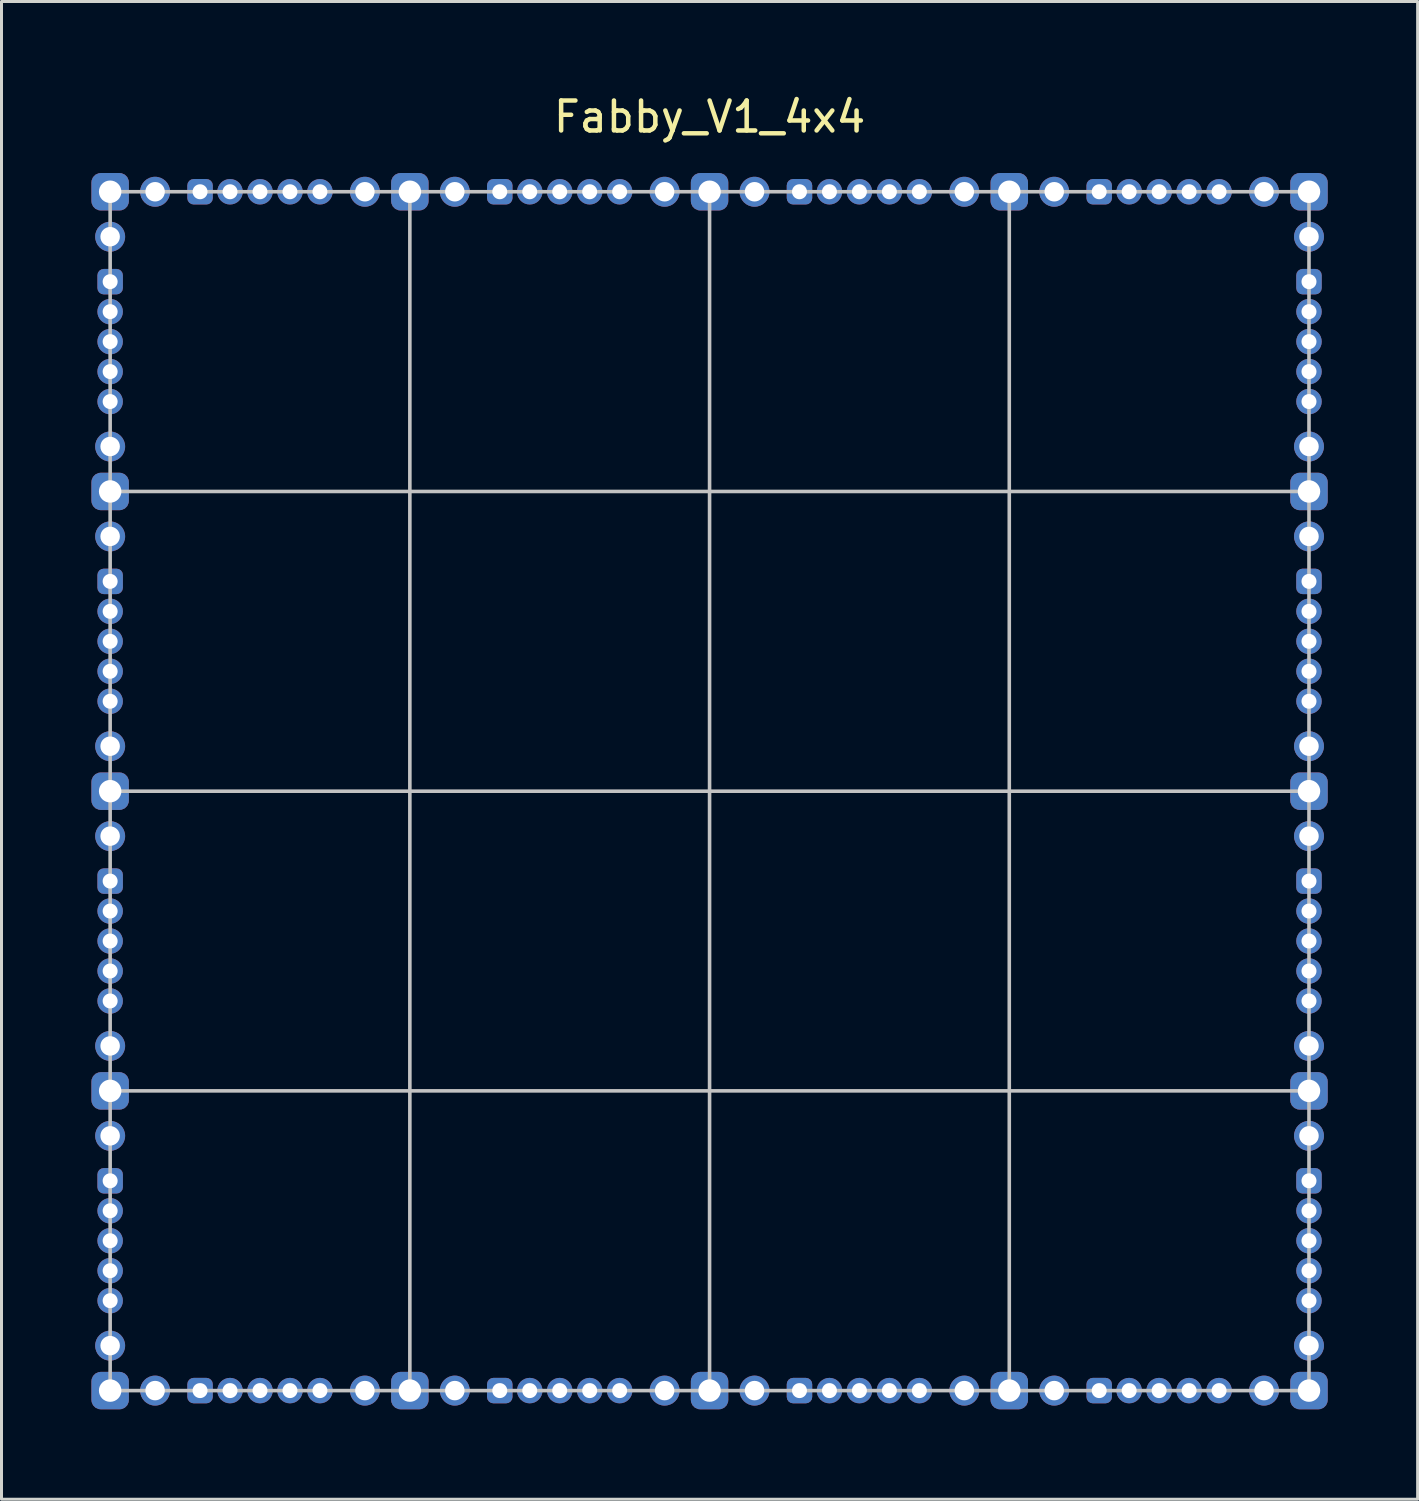
<source format=kicad_pcb>
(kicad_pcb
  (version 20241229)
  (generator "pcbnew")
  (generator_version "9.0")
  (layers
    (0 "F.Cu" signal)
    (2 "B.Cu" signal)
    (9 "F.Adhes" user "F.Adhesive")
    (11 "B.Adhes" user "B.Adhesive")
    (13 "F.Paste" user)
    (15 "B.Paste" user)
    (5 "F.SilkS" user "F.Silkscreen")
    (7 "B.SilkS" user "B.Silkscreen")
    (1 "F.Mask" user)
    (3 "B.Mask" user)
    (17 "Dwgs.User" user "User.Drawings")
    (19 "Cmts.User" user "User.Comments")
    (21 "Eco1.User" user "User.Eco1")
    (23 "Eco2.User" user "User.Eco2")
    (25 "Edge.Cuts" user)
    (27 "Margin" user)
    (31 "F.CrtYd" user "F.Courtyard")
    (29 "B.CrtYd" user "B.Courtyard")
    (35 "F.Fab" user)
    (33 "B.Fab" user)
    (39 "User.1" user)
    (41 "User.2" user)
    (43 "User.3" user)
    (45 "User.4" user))
  (footprint "Fabby_V1_4x4"
    (layer "F.Cu")
    (at 20.625 23.348)
    (property "Reference" "Fabby_V1_4x4" (at 0 -22.5 0) (layer "F.SilkS") (effects (font (size 1 1) (thickness 0.15))))
    (attr through_hole)
    (fp_line (start -20 -20) (end 20 -20) (stroke (width 0.12) (type solid)) (layer "Dwgs.User"))
    (fp_line (start -20 -10) (end 20 -10) (stroke (width 0.12) (type solid)) (layer "Dwgs.User"))
    (fp_line (start -20 0) (end 20 0) (stroke (width 0.12) (type solid)) (layer "Dwgs.User"))
    (fp_line (start -20 10) (end 20 10) (stroke (width 0.12) (type solid)) (layer "Dwgs.User"))
    (fp_line (start -20 20) (end -20 -20) (stroke (width 0.12) (type solid)) (layer "Dwgs.User"))
    (fp_line (start -10 20) (end -10 -20) (stroke (width 0.12) (type solid)) (layer "Dwgs.User"))
    (fp_line (start 0 -20) (end 0 20) (stroke (width 0.12) (type solid)) (layer "Dwgs.User"))
    (fp_line (start 10 20) (end 10 -20) (stroke (width 0.12) (type solid)) (layer "Dwgs.User"))
    (fp_line (start 20 -20) (end 20 20) (stroke (width 0.12) (type solid)) (layer "Dwgs.User"))
    (fp_line (start 20 20) (end -20 20) (stroke (width 0.12) (type solid)) (layer "Dwgs.User"))
    (pad "1" thru_hole roundrect (at -20 -20) (size 1.25 1.25) (drill 0.75) (layers "*.Cu" "*.Mask") (roundrect_rratio 0.25))
    (pad "2" thru_hole circle (at -18.5 -20) (size 1 1) (drill 0.65) (layers "*.Cu" "*.Mask"))
    (pad "3" thru_hole circle (at -11.5 -20 270) (size 1 1) (drill 0.65) (layers "*.Cu" "*.Mask"))
    (pad "4" thru_hole roundrect (at -10 -20) (size 1.25 1.25) (drill 0.75) (layers "*.Cu" "*.Mask") (roundrect_rratio 0.25))
    (pad "5" thru_hole circle (at -8.5 -20) (size 1 1) (drill 0.65) (layers "*.Cu" "*.Mask"))
    (pad "6" thru_hole circle (at -1.5 -20 270) (size 1 1) (drill 0.65) (layers "*.Cu" "*.Mask"))
    (pad "7" thru_hole roundrect (at 0 -20) (size 1.25 1.25) (drill 0.75) (layers "*.Cu" "*.Mask") (roundrect_rratio 0.25))
    (pad "8" thru_hole circle (at 1.5 -20) (size 1 1) (drill 0.65) (layers "*.Cu" "*.Mask"))
    (pad "9" thru_hole circle (at 8.5 -20 270) (size 1 1) (drill 0.65) (layers "*.Cu" "*.Mask"))
    (pad "10" thru_hole roundrect (at 10 -20) (size 1.25 1.25) (drill 0.75) (layers "*.Cu" "*.Mask") (roundrect_rratio 0.25))
    (pad "11" thru_hole circle (at 11.5 -20) (size 1 1) (drill 0.65) (layers "*.Cu" "*.Mask"))
    (pad "12" thru_hole circle (at 18.5 -20 270) (size 1 1) (drill 0.65) (layers "*.Cu" "*.Mask"))
    (pad "13" thru_hole roundrect (at 20 -20) (size 1.25 1.25) (drill 0.75) (layers "*.Cu" "*.Mask") (roundrect_rratio 0.25))
    (pad "14" thru_hole circle (at 20 -18.5 270) (size 1 1) (drill 0.65) (layers "*.Cu" "*.Mask"))
    (pad "15" thru_hole circle (at 20 -11.5 180) (size 1 1) (drill 0.65) (layers "*.Cu" "*.Mask"))
    (pad "16" thru_hole roundrect (at 20 -10) (size 1.25 1.25) (drill 0.75) (layers "*.Cu" "*.Mask") (roundrect_rratio 0.25))
    (pad "17" thru_hole circle (at 20 -8.5 270) (size 1 1) (drill 0.65) (layers "*.Cu" "*.Mask"))
    (pad "18" thru_hole circle (at 20 -1.5 180) (size 1 1) (drill 0.65) (layers "*.Cu" "*.Mask"))
    (pad "19" thru_hole roundrect (at 20 0) (size 1.25 1.25) (drill 0.75) (layers "*.Cu" "*.Mask") (roundrect_rratio 0.25))
    (pad "20" thru_hole circle (at 20 1.5 270) (size 1 1) (drill 0.65) (layers "*.Cu" "*.Mask"))
    (pad "21" thru_hole circle (at 20 8.5 180) (size 1 1) (drill 0.65) (layers "*.Cu" "*.Mask"))
    (pad "22" thru_hole roundrect (at 20 10) (size 1.25 1.25) (drill 0.75) (layers "*.Cu" "*.Mask") (roundrect_rratio 0.25))
    (pad "23" thru_hole circle (at 20 11.5 270) (size 1 1) (drill 0.65) (layers "*.Cu" "*.Mask"))
    (pad "24" thru_hole circle (at 20 18.5 180) (size 1 1) (drill 0.65) (layers "*.Cu" "*.Mask"))
    (pad "25" thru_hole roundrect (at 20 20) (size 1.25 1.25) (drill 0.75) (layers "*.Cu" "*.Mask") (roundrect_rratio 0.25))
    (pad "26" thru_hole circle (at 18.5 20 180) (size 1 1) (drill 0.65) (layers "*.Cu" "*.Mask"))
    (pad "27" thru_hole circle (at 11.5 20 90) (size 1 1) (drill 0.65) (layers "*.Cu" "*.Mask"))
    (pad "28" thru_hole roundrect (at 10 20) (size 1.25 1.25) (drill 0.75) (layers "*.Cu" "*.Mask") (roundrect_rratio 0.25))
    (pad "29" thru_hole circle (at 8.5 20 180) (size 1 1) (drill 0.65) (layers "*.Cu" "*.Mask"))
    (pad "30" thru_hole circle (at 1.5 20 90) (size 1 1) (drill 0.65) (layers "*.Cu" "*.Mask"))
    (pad "31" thru_hole roundrect (at 0 20) (size 1.25 1.25) (drill 0.75) (layers "*.Cu" "*.Mask") (roundrect_rratio 0.25))
    (pad "32" thru_hole circle (at -1.5 20 180) (size 1 1) (drill 0.65) (layers "*.Cu" "*.Mask"))
    (pad "33" thru_hole circle (at -8.5 20 90) (size 1 1) (drill 0.65) (layers "*.Cu" "*.Mask"))
    (pad "34" thru_hole roundrect (at -10 20) (size 1.25 1.25) (drill 0.75) (layers "*.Cu" "*.Mask") (roundrect_rratio 0.25))
    (pad "35" thru_hole circle (at -11.5 20 180) (size 1 1) (drill 0.65) (layers "*.Cu" "*.Mask"))
    (pad "36" thru_hole circle (at -18.5 20 90) (size 1 1) (drill 0.65) (layers "*.Cu" "*.Mask"))
    (pad "37" thru_hole roundrect (at -20 20) (size 1.25 1.25) (drill 0.75) (layers "*.Cu" "*.Mask") (roundrect_rratio 0.25))
    (pad "38" thru_hole circle (at -20 18.5 90) (size 1 1) (drill 0.65) (layers "*.Cu" "*.Mask"))
    (pad "39" thru_hole circle (at -20 11.5) (size 1 1) (drill 0.65) (layers "*.Cu" "*.Mask"))
    (pad "40" thru_hole roundrect (at -20 10) (size 1.25 1.25) (drill 0.75) (layers "*.Cu" "*.Mask") (roundrect_rratio 0.25))
    (pad "41" thru_hole circle (at -20 8.5 90) (size 1 1) (drill 0.65) (layers "*.Cu" "*.Mask"))
    (pad "42" thru_hole circle (at -20 1.5) (size 1 1) (drill 0.65) (layers "*.Cu" "*.Mask"))
    (pad "43" thru_hole roundrect (at -20 0) (size 1.25 1.25) (drill 0.75) (layers "*.Cu" "*.Mask") (roundrect_rratio 0.25))
    (pad "44" thru_hole circle (at -20 -1.5 90) (size 1 1) (drill 0.65) (layers "*.Cu" "*.Mask"))
    (pad "45" thru_hole circle (at -20 -8.5) (size 1 1) (drill 0.65) (layers "*.Cu" "*.Mask"))
    (pad "46" thru_hole roundrect (at -20 -10) (size 1.25 1.25) (drill 0.75) (layers "*.Cu" "*.Mask") (roundrect_rratio 0.25))
    (pad "47" thru_hole circle (at -20 -11.5 90) (size 1 1) (drill 0.65) (layers "*.Cu" "*.Mask"))
    (pad "48" thru_hole circle (at -20 -18.5) (size 1 1) (drill 0.65) (layers "*.Cu" "*.Mask"))
    (pad "49" thru_hole roundrect (at -17 -20 90) (size 0.85 0.85) (drill 0.5) (layers "*.Cu" "*.Mask") (roundrect_rratio 0.25))
    (pad "50" thru_hole circle (at -16 -20 90) (size 0.85 0.85) (drill 0.5) (layers "*.Cu" "*.Mask"))
    (pad "51" thru_hole circle (at -15 -20 90) (size 0.85 0.85) (drill 0.5) (layers "*.Cu" "*.Mask"))
    (pad "52" thru_hole circle (at -14 -20 90) (size 0.85 0.85) (drill 0.5) (layers "*.Cu" "*.Mask"))
    (pad "53" thru_hole circle (at -13 -20 90) (size 0.85 0.85) (drill 0.5) (layers "*.Cu" "*.Mask"))
    (pad "54" thru_hole roundrect (at -7 -20 90) (size 0.85 0.85) (drill 0.5) (layers "*.Cu" "*.Mask") (roundrect_rratio 0.25))
    (pad "55" thru_hole circle (at -6 -20 90) (size 0.85 0.85) (drill 0.5) (layers "*.Cu" "*.Mask"))
    (pad "56" thru_hole circle (at -5 -20 90) (size 0.85 0.85) (drill 0.5) (layers "*.Cu" "*.Mask"))
    (pad "57" thru_hole circle (at -4 -20 90) (size 0.85 0.85) (drill 0.5) (layers "*.Cu" "*.Mask"))
    (pad "58" thru_hole circle (at -3 -20 90) (size 0.85 0.85) (drill 0.5) (layers "*.Cu" "*.Mask"))
    (pad "59" thru_hole roundrect (at 3 -20 90) (size 0.85 0.85) (drill 0.5) (layers "*.Cu" "*.Mask") (roundrect_rratio 0.25))
    (pad "60" thru_hole circle (at 4 -20 90) (size 0.85 0.85) (drill 0.5) (layers "*.Cu" "*.Mask"))
    (pad "61" thru_hole circle (at 5 -20 90) (size 0.85 0.85) (drill 0.5) (layers "*.Cu" "*.Mask"))
    (pad "62" thru_hole circle (at 6 -20 90) (size 0.85 0.85) (drill 0.5) (layers "*.Cu" "*.Mask"))
    (pad "63" thru_hole circle (at 7 -20 90) (size 0.85 0.85) (drill 0.5) (layers "*.Cu" "*.Mask"))
    (pad "64" thru_hole roundrect (at 13 -20 90) (size 0.85 0.85) (drill 0.5) (layers "*.Cu" "*.Mask") (roundrect_rratio 0.25))
    (pad "65" thru_hole circle (at 14 -20 90) (size 0.85 0.85) (drill 0.5) (layers "*.Cu" "*.Mask"))
    (pad "66" thru_hole circle (at 15 -20 90) (size 0.85 0.85) (drill 0.5) (layers "*.Cu" "*.Mask"))
    (pad "67" thru_hole circle (at 16 -20 90) (size 0.85 0.85) (drill 0.5) (layers "*.Cu" "*.Mask"))
    (pad "68" thru_hole circle (at 17 -20 90) (size 0.85 0.85) (drill 0.5) (layers "*.Cu" "*.Mask"))
    (pad "69" thru_hole roundrect (at -17 20 90) (size 0.85 0.85) (drill 0.5) (layers "*.Cu" "*.Mask") (roundrect_rratio 0.25))
    (pad "70" thru_hole circle (at -16 20 90) (size 0.85 0.85) (drill 0.5) (layers "*.Cu" "*.Mask"))
    (pad "71" thru_hole circle (at -15 20 90) (size 0.85 0.85) (drill 0.5) (layers "*.Cu" "*.Mask"))
    (pad "72" thru_hole circle (at -14 20 90) (size 0.85 0.85) (drill 0.5) (layers "*.Cu" "*.Mask"))
    (pad "73" thru_hole circle (at -13 20 90) (size 0.85 0.85) (drill 0.5) (layers "*.Cu" "*.Mask"))
    (pad "74" thru_hole roundrect (at -7 20 90) (size 0.85 0.85) (drill 0.5) (layers "*.Cu" "*.Mask") (roundrect_rratio 0.25))
    (pad "75" thru_hole circle (at -6 20 90) (size 0.85 0.85) (drill 0.5) (layers "*.Cu" "*.Mask"))
    (pad "76" thru_hole circle (at -5 20 90) (size 0.85 0.85) (drill 0.5) (layers "*.Cu" "*.Mask"))
    (pad "77" thru_hole circle (at -4 20 90) (size 0.85 0.85) (drill 0.5) (layers "*.Cu" "*.Mask"))
    (pad "78" thru_hole circle (at -3 20 90) (size 0.85 0.85) (drill 0.5) (layers "*.Cu" "*.Mask"))
    (pad "79" thru_hole roundrect (at 3 20 90) (size 0.85 0.85) (drill 0.5) (layers "*.Cu" "*.Mask") (roundrect_rratio 0.25))
    (pad "80" thru_hole circle (at 4 20 90) (size 0.85 0.85) (drill 0.5) (layers "*.Cu" "*.Mask"))
    (pad "81" thru_hole circle (at 5 20 90) (size 0.85 0.85) (drill 0.5) (layers "*.Cu" "*.Mask"))
    (pad "82" thru_hole circle (at 6 20 90) (size 0.85 0.85) (drill 0.5) (layers "*.Cu" "*.Mask"))
    (pad "83" thru_hole circle (at 7 20 90) (size 0.85 0.85) (drill 0.5) (layers "*.Cu" "*.Mask"))
    (pad "84" thru_hole roundrect (at 13 20 90) (size 0.85 0.85) (drill 0.5) (layers "*.Cu" "*.Mask") (roundrect_rratio 0.25))
    (pad "85" thru_hole circle (at 14 20 90) (size 0.85 0.85) (drill 0.5) (layers "*.Cu" "*.Mask"))
    (pad "86" thru_hole circle (at 15 20 90) (size 0.85 0.85) (drill 0.5) (layers "*.Cu" "*.Mask"))
    (pad "87" thru_hole circle (at 16 20 90) (size 0.85 0.85) (drill 0.5) (layers "*.Cu" "*.Mask"))
    (pad "88" thru_hole circle (at 17 20 90) (size 0.85 0.85) (drill 0.5) (layers "*.Cu" "*.Mask"))
    (pad "89" thru_hole roundrect (at -20 -17 90) (size 0.85 0.85) (drill 0.5) (layers "*.Cu" "*.Mask") (roundrect_rratio 0.25))
    (pad "90" thru_hole circle (at -20 -16 90) (size 0.85 0.85) (drill 0.5) (layers "*.Cu" "*.Mask"))
    (pad "91" thru_hole circle (at -20 -15 90) (size 0.85 0.85) (drill 0.5) (layers "*.Cu" "*.Mask"))
    (pad "92" thru_hole circle (at -20 -14 90) (size 0.85 0.85) (drill 0.5) (layers "*.Cu" "*.Mask"))
    (pad "93" thru_hole circle (at -20 -13 90) (size 0.85 0.85) (drill 0.5) (layers "*.Cu" "*.Mask"))
    (pad "94" thru_hole roundrect (at -20 -7 90) (size 0.85 0.85) (drill 0.5) (layers "*.Cu" "*.Mask") (roundrect_rratio 0.25))
    (pad "95" thru_hole circle (at -20 -6 90) (size 0.85 0.85) (drill 0.5) (layers "*.Cu" "*.Mask"))
    (pad "96" thru_hole circle (at -20 -5 90) (size 0.85 0.85) (drill 0.5) (layers "*.Cu" "*.Mask"))
    (pad "97" thru_hole circle (at -20 -4 90) (size 0.85 0.85) (drill 0.5) (layers "*.Cu" "*.Mask"))
    (pad "98" thru_hole circle (at -20 -3 90) (size 0.85 0.85) (drill 0.5) (layers "*.Cu" "*.Mask"))
    (pad "99" thru_hole roundrect (at -20 3 90) (size 0.85 0.85) (drill 0.5) (layers "*.Cu" "*.Mask") (roundrect_rratio 0.25))
    (pad "100" thru_hole circle (at -20 4 90) (size 0.85 0.85) (drill 0.5) (layers "*.Cu" "*.Mask"))
    (pad "101" thru_hole circle (at -20 5 90) (size 0.85 0.85) (drill 0.5) (layers "*.Cu" "*.Mask"))
    (pad "102" thru_hole circle (at -20 6 90) (size 0.85 0.85) (drill 0.5) (layers "*.Cu" "*.Mask"))
    (pad "103" thru_hole circle (at -20 7 90) (size 0.85 0.85) (drill 0.5) (layers "*.Cu" "*.Mask"))
    (pad "104" thru_hole roundrect (at -20 13 90) (size 0.85 0.85) (drill 0.5) (layers "*.Cu" "*.Mask") (roundrect_rratio 0.25))
    (pad "105" thru_hole circle (at -20 14 90) (size 0.85 0.85) (drill 0.5) (layers "*.Cu" "*.Mask"))
    (pad "106" thru_hole circle (at -20 15 90) (size 0.85 0.85) (drill 0.5) (layers "*.Cu" "*.Mask"))
    (pad "107" thru_hole circle (at -20 16 90) (size 0.85 0.85) (drill 0.5) (layers "*.Cu" "*.Mask"))
    (pad "108" thru_hole circle (at -20 17 90) (size 0.85 0.85) (drill 0.5) (layers "*.Cu" "*.Mask"))
    (pad "109" thru_hole roundrect (at 20 -17 90) (size 0.85 0.85) (drill 0.5) (layers "*.Cu" "*.Mask") (roundrect_rratio 0.25))
    (pad "110" thru_hole circle (at 20 -16 90) (size 0.85 0.85) (drill 0.5) (layers "*.Cu" "*.Mask"))
    (pad "111" thru_hole circle (at 20 -15 90) (size 0.85 0.85) (drill 0.5) (layers "*.Cu" "*.Mask"))
    (pad "112" thru_hole circle (at 20 -14 90) (size 0.85 0.85) (drill 0.5) (layers "*.Cu" "*.Mask"))
    (pad "113" thru_hole circle (at 20 -13 90) (size 0.85 0.85) (drill 0.5) (layers "*.Cu" "*.Mask"))
    (pad "114" thru_hole roundrect (at 20 -7 90) (size 0.85 0.85) (drill 0.5) (layers "*.Cu" "*.Mask") (roundrect_rratio 0.25))
    (pad "115" thru_hole circle (at 20 -6 90) (size 0.85 0.85) (drill 0.5) (layers "*.Cu" "*.Mask"))
    (pad "116" thru_hole circle (at 20 -5 90) (size 0.85 0.85) (drill 0.5) (layers "*.Cu" "*.Mask"))
    (pad "117" thru_hole circle (at 20 -4 90) (size 0.85 0.85) (drill 0.5) (layers "*.Cu" "*.Mask"))
    (pad "118" thru_hole circle (at 20 -3 90) (size 0.85 0.85) (drill 0.5) (layers "*.Cu" "*.Mask"))
    (pad "119" thru_hole roundrect (at 20 3 90) (size 0.85 0.85) (drill 0.5) (layers "*.Cu" "*.Mask") (roundrect_rratio 0.25))
    (pad "120" thru_hole circle (at 20 4 90) (size 0.85 0.85) (drill 0.5) (layers "*.Cu" "*.Mask"))
    (pad "121" thru_hole circle (at 20 5 90) (size 0.85 0.85) (drill 0.5) (layers "*.Cu" "*.Mask"))
    (pad "122" thru_hole circle (at 20 6 90) (size 0.85 0.85) (drill 0.5) (layers "*.Cu" "*.Mask"))
    (pad "123" thru_hole circle (at 20 7 90) (size 0.85 0.85) (drill 0.5) (layers "*.Cu" "*.Mask"))
    (pad "124" thru_hole roundrect (at 20 13 90) (size 0.85 0.85) (drill 0.5) (layers "*.Cu" "*.Mask") (roundrect_rratio 0.25))
    (pad "125" thru_hole circle (at 20 14 90) (size 0.85 0.85) (drill 0.5) (layers "*.Cu" "*.Mask"))
    (pad "126" thru_hole circle (at 20 15 90) (size 0.85 0.85) (drill 0.5) (layers "*.Cu" "*.Mask"))
    (pad "127" thru_hole circle (at 20 16 90) (size 0.85 0.85) (drill 0.5) (layers "*.Cu" "*.Mask"))
    (pad "128" thru_hole circle (at 20 17 90) (size 0.85 0.85) (drill 0.5) (layers "*.Cu" "*.Mask")))
  (gr_rect
    (start -3 -3)
    (end 44.25 46.973)
    (stroke (width 0.1) (type default))
    (fill no)
    (layer "Edge.Cuts")))
</source>
